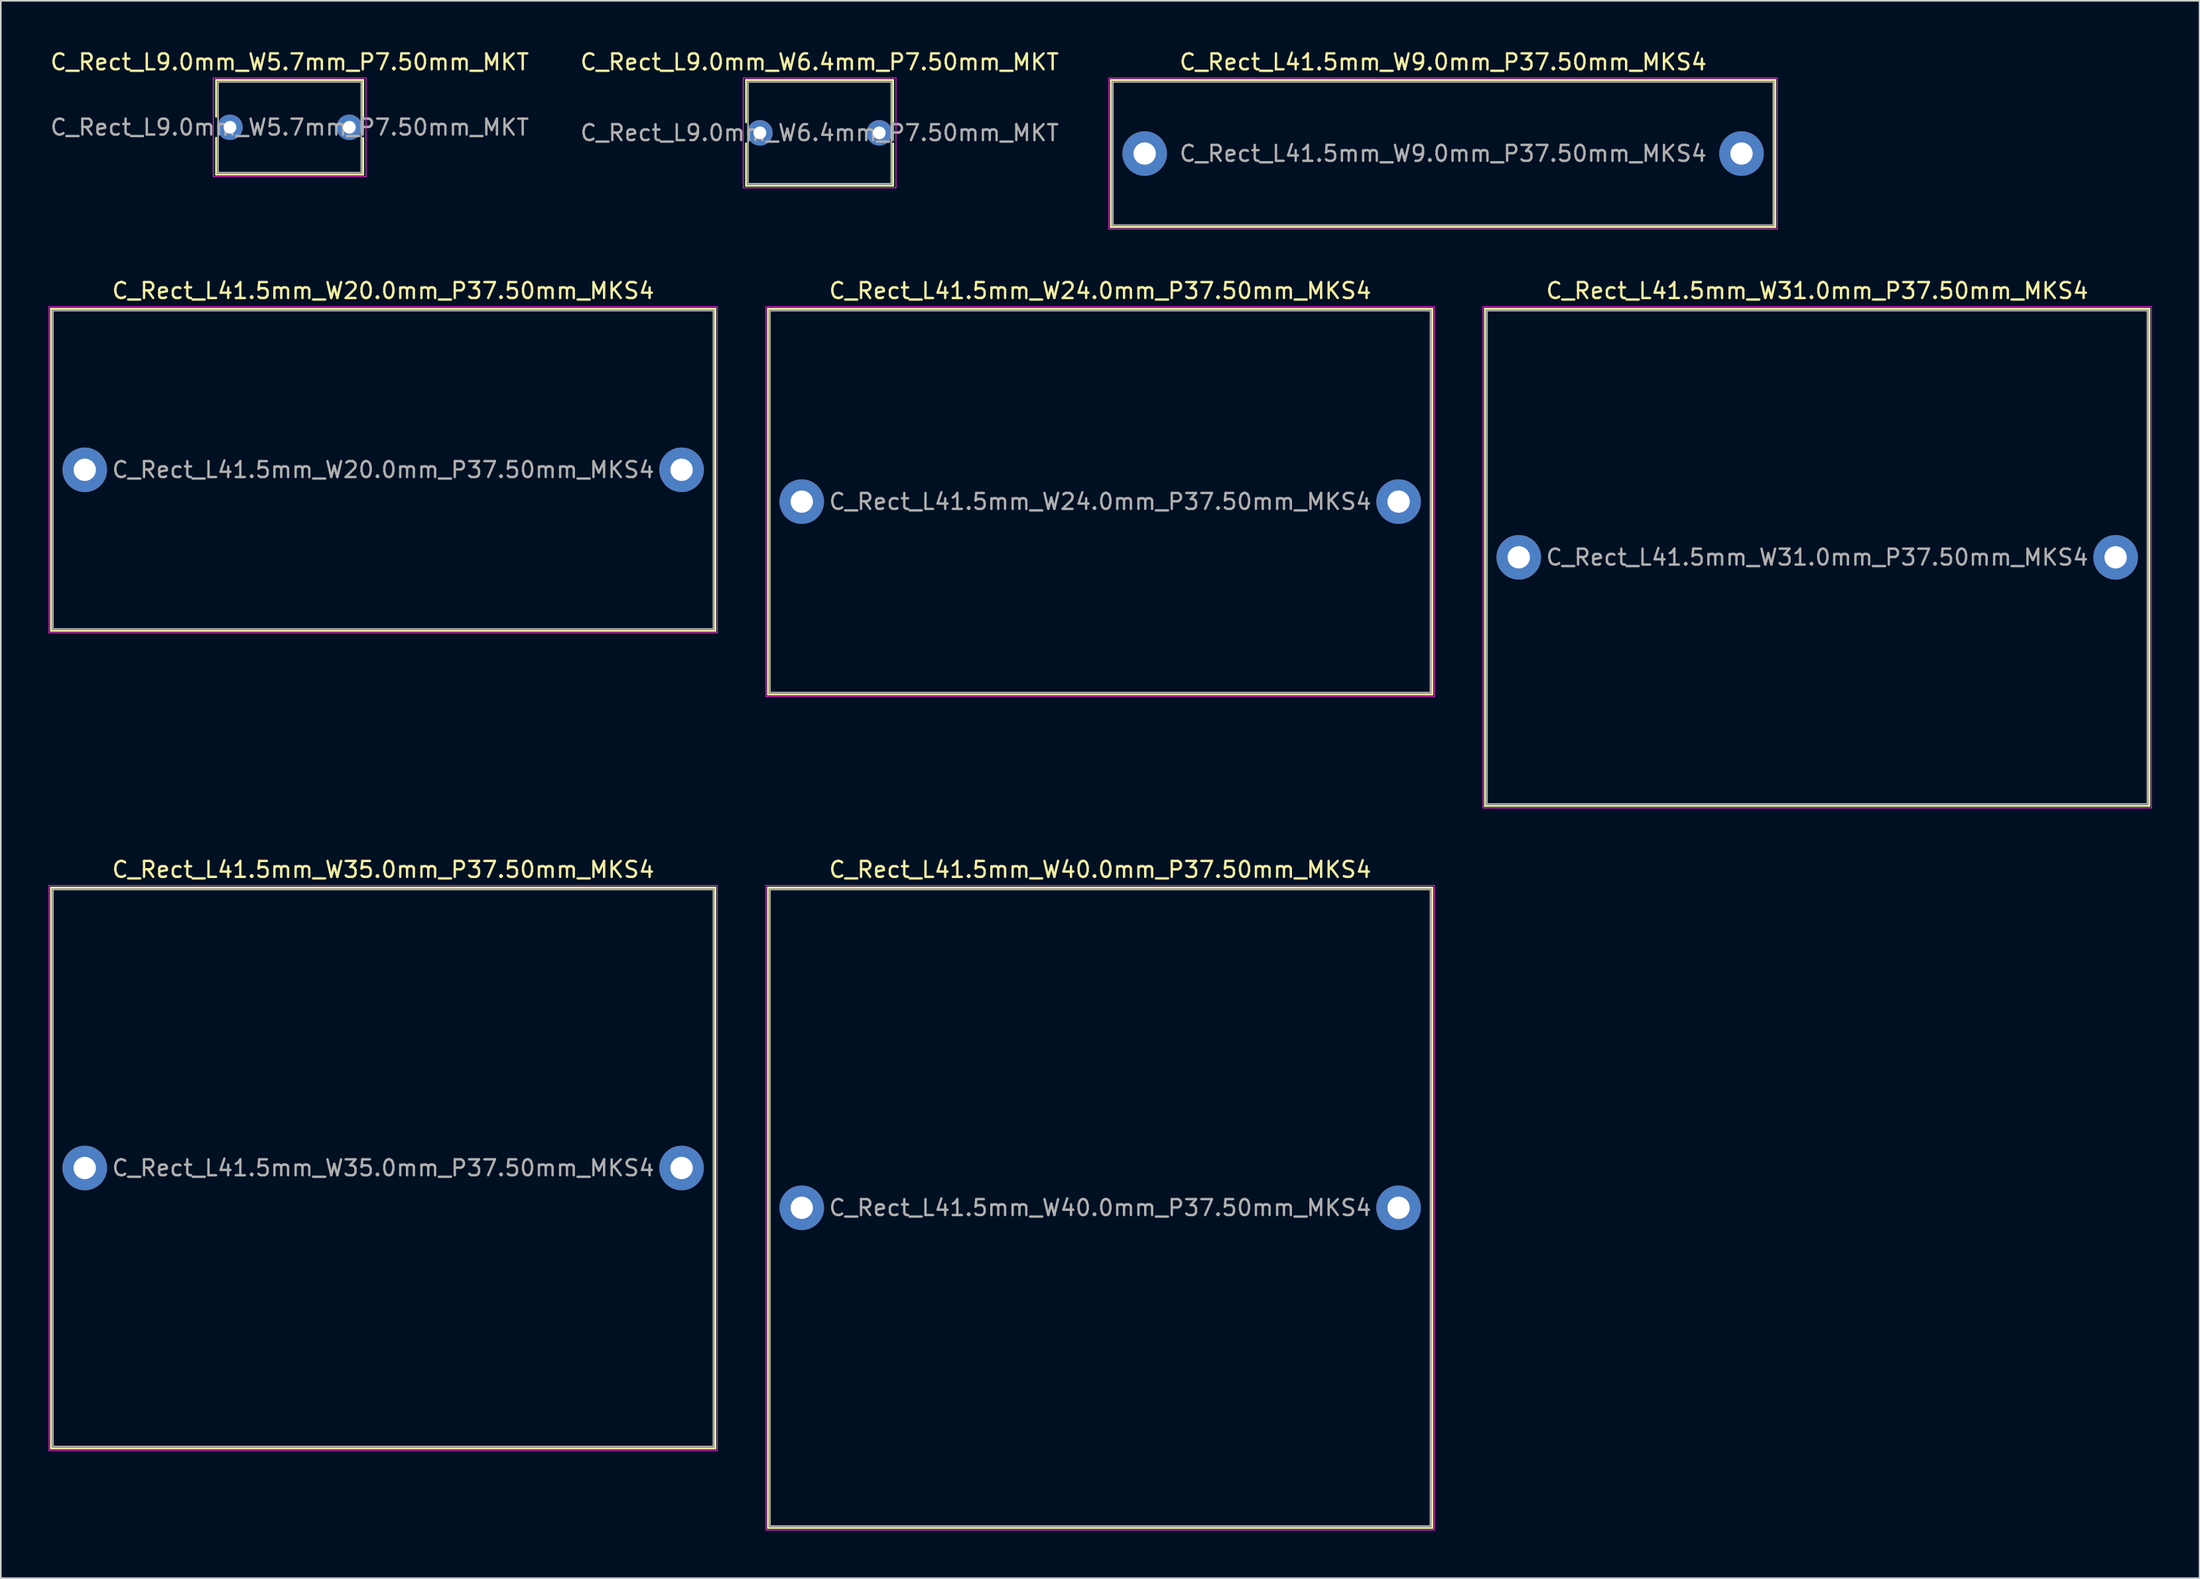
<source format=kicad_pcb>
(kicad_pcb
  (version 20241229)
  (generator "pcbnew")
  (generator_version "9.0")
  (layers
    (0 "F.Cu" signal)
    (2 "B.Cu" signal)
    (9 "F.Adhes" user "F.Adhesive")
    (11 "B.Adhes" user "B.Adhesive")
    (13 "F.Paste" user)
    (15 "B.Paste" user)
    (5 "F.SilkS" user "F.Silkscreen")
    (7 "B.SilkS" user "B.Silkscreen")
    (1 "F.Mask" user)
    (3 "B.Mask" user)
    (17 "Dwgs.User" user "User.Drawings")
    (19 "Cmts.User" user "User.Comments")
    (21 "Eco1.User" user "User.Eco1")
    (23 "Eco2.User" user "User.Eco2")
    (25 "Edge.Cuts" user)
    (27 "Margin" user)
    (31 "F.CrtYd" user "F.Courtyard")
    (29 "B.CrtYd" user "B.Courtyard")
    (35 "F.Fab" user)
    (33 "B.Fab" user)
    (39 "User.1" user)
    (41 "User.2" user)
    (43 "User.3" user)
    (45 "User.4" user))
  (footprint "C_Rect_L41.5mm_W24.0mm_P37.50mm_MKS4"
    (layer "F.Cu")
    (at 47.325 28.471)
    (property "Reference" "C_Rect_L41.5mm_W24.0mm_P37.50mm_MKS4" (at 18.75 -13.25 0) (layer "F.SilkS") (effects (font (size 1 1) (thickness 0.15))))
    (attr through_hole)
    (fp_line (start -2.12 -12.12) (end -2.12 12.12) (stroke (width 0.12) (type solid)) (layer "F.SilkS"))
    (fp_line (start -2.12 -12.12) (end 39.62 -12.12) (stroke (width 0.12) (type solid)) (layer "F.SilkS"))
    (fp_line (start -2.12 12.12) (end 39.62 12.12) (stroke (width 0.12) (type solid)) (layer "F.SilkS"))
    (fp_line (start 39.62 -12.12) (end 39.62 12.12) (stroke (width 0.12) (type solid)) (layer "F.SilkS"))
    (fp_line (start -2.25 -12.25) (end -2.25 12.25) (stroke (width 0.05) (type solid)) (layer "F.CrtYd"))
    (fp_line (start -2.25 12.25) (end 39.75 12.25) (stroke (width 0.05) (type solid)) (layer "F.CrtYd"))
    (fp_line (start 39.75 -12.25) (end -2.25 -12.25) (stroke (width 0.05) (type solid)) (layer "F.CrtYd"))
    (fp_line (start 39.75 12.25) (end 39.75 -12.25) (stroke (width 0.05) (type solid)) (layer "F.CrtYd"))
    (fp_line (start -2 -12) (end -2 12) (stroke (width 0.1) (type solid)) (layer "F.Fab"))
    (fp_line (start -2 12) (end 39.5 12) (stroke (width 0.1) (type solid)) (layer "F.Fab"))
    (fp_line (start 39.5 -12) (end -2 -12) (stroke (width 0.1) (type solid)) (layer "F.Fab"))
    (fp_line (start 39.5 12) (end 39.5 -12) (stroke (width 0.1) (type solid)) (layer "F.Fab"))
    (fp_text user "${REFERENCE}" (at 18.75 0 0) (layer "F.Fab") (effects (font (size 1 1) (thickness 0.15))))
    (pad "1" thru_hole circle (at 0 0) (size 2.8 2.8) (drill 1.4) (layers "*.Cu" "*.Mask"))
    (pad "2" thru_hole circle (at 37.5 0) (size 2.8 2.8) (drill 1.4) (layers "*.Cu" "*.Mask")))
  (footprint "C_Rect_L9.0mm_W6.4mm_P7.50mm_MKT"
    (layer "F.Cu")
    (at 44.696 5.298)
    (property "Reference" "C_Rect_L9.0mm_W6.4mm_P7.50mm_MKT" (at 3.75 -4.45 0) (layer "F.SilkS") (effects (font (size 1 1) (thickness 0.15))))
    (attr through_hole)
    (fp_line (start -0.87 -3.32) (end -0.87 -0.665) (stroke (width 0.12) (type solid)) (layer "F.SilkS"))
    (fp_line (start -0.87 -3.32) (end 8.37 -3.32) (stroke (width 0.12) (type solid)) (layer "F.SilkS"))
    (fp_line (start -0.87 0.665) (end -0.87 3.32) (stroke (width 0.12) (type solid)) (layer "F.SilkS"))
    (fp_line (start -0.87 3.32) (end 8.37 3.32) (stroke (width 0.12) (type solid)) (layer "F.SilkS"))
    (fp_line (start 8.37 -3.32) (end 8.37 -0.665) (stroke (width 0.12) (type solid)) (layer "F.SilkS"))
    (fp_line (start 8.37 0.665) (end 8.37 3.32) (stroke (width 0.12) (type solid)) (layer "F.SilkS"))
    (fp_line (start -1.05 -3.45) (end -1.05 3.45) (stroke (width 0.05) (type solid)) (layer "F.CrtYd"))
    (fp_line (start -1.05 3.45) (end 8.55 3.45) (stroke (width 0.05) (type solid)) (layer "F.CrtYd"))
    (fp_line (start 8.55 -3.45) (end -1.05 -3.45) (stroke (width 0.05) (type solid)) (layer "F.CrtYd"))
    (fp_line (start 8.55 3.45) (end 8.55 -3.45) (stroke (width 0.05) (type solid)) (layer "F.CrtYd"))
    (fp_line (start -0.75 -3.2) (end -0.75 3.2) (stroke (width 0.1) (type solid)) (layer "F.Fab"))
    (fp_line (start -0.75 3.2) (end 8.25 3.2) (stroke (width 0.1) (type solid)) (layer "F.Fab"))
    (fp_line (start 8.25 -3.2) (end -0.75 -3.2) (stroke (width 0.1) (type solid)) (layer "F.Fab"))
    (fp_line (start 8.25 3.2) (end 8.25 -3.2) (stroke (width 0.1) (type solid)) (layer "F.Fab"))
    (fp_text user "${REFERENCE}" (at 3.75 0 0) (layer "F.Fab") (effects (font (size 1 1) (thickness 0.15))))
    (pad "1" thru_hole circle (at 0 0) (size 1.6 1.6) (drill 0.8) (layers "*.Cu" "*.Mask"))
    (pad "2" thru_hole circle (at 7.5 0) (size 1.6 1.6) (drill 0.8) (layers "*.Cu" "*.Mask")))
  (footprint "C_Rect_L41.5mm_W31.0mm_P37.50mm_MKS4"
    (layer "F.Cu")
    (at 92.375 31.971)
    (property "Reference" "C_Rect_L41.5mm_W31.0mm_P37.50mm_MKS4" (at 18.75 -16.75 0) (layer "F.SilkS") (effects (font (size 1 1) (thickness 0.15))))
    (attr through_hole)
    (fp_line (start -2.12 -15.62) (end -2.12 15.62) (stroke (width 0.12) (type solid)) (layer "F.SilkS"))
    (fp_line (start -2.12 -15.62) (end 39.62 -15.62) (stroke (width 0.12) (type solid)) (layer "F.SilkS"))
    (fp_line (start -2.12 15.62) (end 39.62 15.62) (stroke (width 0.12) (type solid)) (layer "F.SilkS"))
    (fp_line (start 39.62 -15.62) (end 39.62 15.62) (stroke (width 0.12) (type solid)) (layer "F.SilkS"))
    (fp_line (start -2.25 -15.75) (end -2.25 15.75) (stroke (width 0.05) (type solid)) (layer "F.CrtYd"))
    (fp_line (start -2.25 15.75) (end 39.75 15.75) (stroke (width 0.05) (type solid)) (layer "F.CrtYd"))
    (fp_line (start 39.75 -15.75) (end -2.25 -15.75) (stroke (width 0.05) (type solid)) (layer "F.CrtYd"))
    (fp_line (start 39.75 15.75) (end 39.75 -15.75) (stroke (width 0.05) (type solid)) (layer "F.CrtYd"))
    (fp_line (start -2 -15.5) (end -2 15.5) (stroke (width 0.1) (type solid)) (layer "F.Fab"))
    (fp_line (start -2 15.5) (end 39.5 15.5) (stroke (width 0.1) (type solid)) (layer "F.Fab"))
    (fp_line (start 39.5 -15.5) (end -2 -15.5) (stroke (width 0.1) (type solid)) (layer "F.Fab"))
    (fp_line (start 39.5 15.5) (end 39.5 -15.5) (stroke (width 0.1) (type solid)) (layer "F.Fab"))
    (fp_text user "${REFERENCE}" (at 18.75 0 0) (layer "F.Fab") (effects (font (size 1 1) (thickness 0.15))))
    (pad "1" thru_hole circle (at 0 0) (size 2.8 2.8) (drill 1.4) (layers "*.Cu" "*.Mask"))
    (pad "2" thru_hole circle (at 37.5 0) (size 2.8 2.8) (drill 1.4) (layers "*.Cu" "*.Mask")))
  (footprint "C_Rect_L9.0mm_W5.7mm_P7.50mm_MKT"
    (layer "F.Cu")
    (at 11.399 4.948)
    (property "Reference" "C_Rect_L9.0mm_W5.7mm_P7.50mm_MKT" (at 3.75 -4.1 0) (layer "F.SilkS") (effects (font (size 1 1) (thickness 0.15))))
    (attr through_hole)
    (fp_line (start -0.87 -2.97) (end -0.87 -0.665) (stroke (width 0.12) (type solid)) (layer "F.SilkS"))
    (fp_line (start -0.87 -2.97) (end 8.37 -2.97) (stroke (width 0.12) (type solid)) (layer "F.SilkS"))
    (fp_line (start -0.87 0.665) (end -0.87 2.97) (stroke (width 0.12) (type solid)) (layer "F.SilkS"))
    (fp_line (start -0.87 2.97) (end 8.37 2.97) (stroke (width 0.12) (type solid)) (layer "F.SilkS"))
    (fp_line (start 8.37 -2.97) (end 8.37 -0.665) (stroke (width 0.12) (type solid)) (layer "F.SilkS"))
    (fp_line (start 8.37 0.665) (end 8.37 2.97) (stroke (width 0.12) (type solid)) (layer "F.SilkS"))
    (fp_line (start -1.05 -3.1) (end -1.05 3.1) (stroke (width 0.05) (type solid)) (layer "F.CrtYd"))
    (fp_line (start -1.05 3.1) (end 8.55 3.1) (stroke (width 0.05) (type solid)) (layer "F.CrtYd"))
    (fp_line (start 8.55 -3.1) (end -1.05 -3.1) (stroke (width 0.05) (type solid)) (layer "F.CrtYd"))
    (fp_line (start 8.55 3.1) (end 8.55 -3.1) (stroke (width 0.05) (type solid)) (layer "F.CrtYd"))
    (fp_line (start -0.75 -2.85) (end -0.75 2.85) (stroke (width 0.1) (type solid)) (layer "F.Fab"))
    (fp_line (start -0.75 2.85) (end 8.25 2.85) (stroke (width 0.1) (type solid)) (layer "F.Fab"))
    (fp_line (start 8.25 -2.85) (end -0.75 -2.85) (stroke (width 0.1) (type solid)) (layer "F.Fab"))
    (fp_line (start 8.25 2.85) (end 8.25 -2.85) (stroke (width 0.1) (type solid)) (layer "F.Fab"))
    (fp_text user "${REFERENCE}" (at 3.75 0 0) (layer "F.Fab") (effects (font (size 1 1) (thickness 0.15))))
    (pad "1" thru_hole circle (at 0 0) (size 1.6 1.6) (drill 0.8) (layers "*.Cu" "*.Mask"))
    (pad "2" thru_hole circle (at 7.5 0) (size 1.6 1.6) (drill 0.8) (layers "*.Cu" "*.Mask")))
  (footprint "C_Rect_L41.5mm_W9.0mm_P37.50mm_MKS4"
    (layer "F.Cu")
    (at 68.87 6.598)
    (property "Reference" "C_Rect_L41.5mm_W9.0mm_P37.50mm_MKS4" (at 18.75 -5.75 0) (layer "F.SilkS") (effects (font (size 1 1) (thickness 0.15))))
    (attr through_hole)
    (fp_line (start -2.12 -4.62) (end -2.12 4.62) (stroke (width 0.12) (type solid)) (layer "F.SilkS"))
    (fp_line (start -2.12 -4.62) (end 39.62 -4.62) (stroke (width 0.12) (type solid)) (layer "F.SilkS"))
    (fp_line (start -2.12 4.62) (end 39.62 4.62) (stroke (width 0.12) (type solid)) (layer "F.SilkS"))
    (fp_line (start 39.62 -4.62) (end 39.62 4.62) (stroke (width 0.12) (type solid)) (layer "F.SilkS"))
    (fp_line (start -2.25 -4.75) (end -2.25 4.75) (stroke (width 0.05) (type solid)) (layer "F.CrtYd"))
    (fp_line (start -2.25 4.75) (end 39.75 4.75) (stroke (width 0.05) (type solid)) (layer "F.CrtYd"))
    (fp_line (start 39.75 -4.75) (end -2.25 -4.75) (stroke (width 0.05) (type solid)) (layer "F.CrtYd"))
    (fp_line (start 39.75 4.75) (end 39.75 -4.75) (stroke (width 0.05) (type solid)) (layer "F.CrtYd"))
    (fp_line (start -2 -4.5) (end -2 4.5) (stroke (width 0.1) (type solid)) (layer "F.Fab"))
    (fp_line (start -2 4.5) (end 39.5 4.5) (stroke (width 0.1) (type solid)) (layer "F.Fab"))
    (fp_line (start 39.5 -4.5) (end -2 -4.5) (stroke (width 0.1) (type solid)) (layer "F.Fab"))
    (fp_line (start 39.5 4.5) (end 39.5 -4.5) (stroke (width 0.1) (type solid)) (layer "F.Fab"))
    (fp_text user "${REFERENCE}" (at 18.75 0 0) (layer "F.Fab") (effects (font (size 1 1) (thickness 0.15))))
    (pad "1" thru_hole circle (at 0 0) (size 2.8 2.8) (drill 1.4) (layers "*.Cu" "*.Mask"))
    (pad "2" thru_hole circle (at 37.5 0) (size 2.8 2.8) (drill 1.4) (layers "*.Cu" "*.Mask")))
  (footprint "C_Rect_L41.5mm_W20.0mm_P37.50mm_MKS4"
    (layer "F.Cu")
    (at 2.275 26.471)
    (property "Reference" "C_Rect_L41.5mm_W20.0mm_P37.50mm_MKS4" (at 18.75 -11.25 0) (layer "F.SilkS") (effects (font (size 1 1) (thickness 0.15))))
    (attr through_hole)
    (fp_line (start -2.12 -10.12) (end -2.12 10.12) (stroke (width 0.12) (type solid)) (layer "F.SilkS"))
    (fp_line (start -2.12 -10.12) (end 39.62 -10.12) (stroke (width 0.12) (type solid)) (layer "F.SilkS"))
    (fp_line (start -2.12 10.12) (end 39.62 10.12) (stroke (width 0.12) (type solid)) (layer "F.SilkS"))
    (fp_line (start 39.62 -10.12) (end 39.62 10.12) (stroke (width 0.12) (type solid)) (layer "F.SilkS"))
    (fp_line (start -2.25 -10.25) (end -2.25 10.25) (stroke (width 0.05) (type solid)) (layer "F.CrtYd"))
    (fp_line (start -2.25 10.25) (end 39.75 10.25) (stroke (width 0.05) (type solid)) (layer "F.CrtYd"))
    (fp_line (start 39.75 -10.25) (end -2.25 -10.25) (stroke (width 0.05) (type solid)) (layer "F.CrtYd"))
    (fp_line (start 39.75 10.25) (end 39.75 -10.25) (stroke (width 0.05) (type solid)) (layer "F.CrtYd"))
    (fp_line (start -2 -10) (end -2 10) (stroke (width 0.1) (type solid)) (layer "F.Fab"))
    (fp_line (start -2 10) (end 39.5 10) (stroke (width 0.1) (type solid)) (layer "F.Fab"))
    (fp_line (start 39.5 -10) (end -2 -10) (stroke (width 0.1) (type solid)) (layer "F.Fab"))
    (fp_line (start 39.5 10) (end 39.5 -10) (stroke (width 0.1) (type solid)) (layer "F.Fab"))
    (fp_text user "${REFERENCE}" (at 18.75 0 0) (layer "F.Fab") (effects (font (size 1 1) (thickness 0.15))))
    (pad "1" thru_hole circle (at 0 0) (size 2.8 2.8) (drill 1.4) (layers "*.Cu" "*.Mask"))
    (pad "2" thru_hole circle (at 37.5 0) (size 2.8 2.8) (drill 1.4) (layers "*.Cu" "*.Mask")))
  (footprint "C_Rect_L41.5mm_W40.0mm_P37.50mm_MKS4"
    (layer "F.Cu")
    (at 47.325 72.845)
    (property "Reference" "C_Rect_L41.5mm_W40.0mm_P37.50mm_MKS4" (at 18.75 -21.25 0) (layer "F.SilkS") (effects (font (size 1 1) (thickness 0.15))))
    (attr through_hole)
    (fp_line (start -2.12 -20.12) (end -2.12 20.12) (stroke (width 0.12) (type solid)) (layer "F.SilkS"))
    (fp_line (start -2.12 -20.12) (end 39.62 -20.12) (stroke (width 0.12) (type solid)) (layer "F.SilkS"))
    (fp_line (start -2.12 20.12) (end 39.62 20.12) (stroke (width 0.12) (type solid)) (layer "F.SilkS"))
    (fp_line (start 39.62 -20.12) (end 39.62 20.12) (stroke (width 0.12) (type solid)) (layer "F.SilkS"))
    (fp_line (start -2.25 -20.25) (end -2.25 20.25) (stroke (width 0.05) (type solid)) (layer "F.CrtYd"))
    (fp_line (start -2.25 20.25) (end 39.75 20.25) (stroke (width 0.05) (type solid)) (layer "F.CrtYd"))
    (fp_line (start 39.75 -20.25) (end -2.25 -20.25) (stroke (width 0.05) (type solid)) (layer "F.CrtYd"))
    (fp_line (start 39.75 20.25) (end 39.75 -20.25) (stroke (width 0.05) (type solid)) (layer "F.CrtYd"))
    (fp_line (start -2 -20) (end -2 20) (stroke (width 0.1) (type solid)) (layer "F.Fab"))
    (fp_line (start -2 20) (end 39.5 20) (stroke (width 0.1) (type solid)) (layer "F.Fab"))
    (fp_line (start 39.5 -20) (end -2 -20) (stroke (width 0.1) (type solid)) (layer "F.Fab"))
    (fp_line (start 39.5 20) (end 39.5 -20) (stroke (width 0.1) (type solid)) (layer "F.Fab"))
    (fp_text user "${REFERENCE}" (at 18.75 0 0) (layer "F.Fab") (effects (font (size 1 1) (thickness 0.15))))
    (pad "1" thru_hole circle (at 0 0) (size 2.8 2.8) (drill 1.4) (layers "*.Cu" "*.Mask"))
    (pad "2" thru_hole circle (at 37.5 0) (size 2.8 2.8) (drill 1.4) (layers "*.Cu" "*.Mask")))
  (footprint "C_Rect_L41.5mm_W35.0mm_P37.50mm_MKS4"
    (layer "F.Cu")
    (at 2.275 70.345)
    (property "Reference" "C_Rect_L41.5mm_W35.0mm_P37.50mm_MKS4" (at 18.75 -18.75 0) (layer "F.SilkS") (effects (font (size 1 1) (thickness 0.15))))
    (attr through_hole)
    (fp_line (start -2.12 -17.62) (end -2.12 17.62) (stroke (width 0.12) (type solid)) (layer "F.SilkS"))
    (fp_line (start -2.12 -17.62) (end 39.62 -17.62) (stroke (width 0.12) (type solid)) (layer "F.SilkS"))
    (fp_line (start -2.12 17.62) (end 39.62 17.62) (stroke (width 0.12) (type solid)) (layer "F.SilkS"))
    (fp_line (start 39.62 -17.62) (end 39.62 17.62) (stroke (width 0.12) (type solid)) (layer "F.SilkS"))
    (fp_line (start -2.25 -17.75) (end -2.25 17.75) (stroke (width 0.05) (type solid)) (layer "F.CrtYd"))
    (fp_line (start -2.25 17.75) (end 39.75 17.75) (stroke (width 0.05) (type solid)) (layer "F.CrtYd"))
    (fp_line (start 39.75 -17.75) (end -2.25 -17.75) (stroke (width 0.05) (type solid)) (layer "F.CrtYd"))
    (fp_line (start 39.75 17.75) (end 39.75 -17.75) (stroke (width 0.05) (type solid)) (layer "F.CrtYd"))
    (fp_line (start -2 -17.5) (end -2 17.5) (stroke (width 0.1) (type solid)) (layer "F.Fab"))
    (fp_line (start -2 17.5) (end 39.5 17.5) (stroke (width 0.1) (type solid)) (layer "F.Fab"))
    (fp_line (start 39.5 -17.5) (end -2 -17.5) (stroke (width 0.1) (type solid)) (layer "F.Fab"))
    (fp_line (start 39.5 17.5) (end 39.5 -17.5) (stroke (width 0.1) (type solid)) (layer "F.Fab"))
    (fp_text user "${REFERENCE}" (at 18.75 0 0) (layer "F.Fab") (effects (font (size 1 1) (thickness 0.15))))
    (pad "1" thru_hole circle (at 0 0) (size 2.8 2.8) (drill 1.4) (layers "*.Cu" "*.Mask"))
    (pad "2" thru_hole circle (at 37.5 0) (size 2.8 2.8) (drill 1.4) (layers "*.Cu" "*.Mask")))
  (gr_rect
    (start -3 -3)
    (end 135.15 96.12)
    (stroke (width 0.1) (type default))
    (fill no)
    (layer "Edge.Cuts")))
</source>
